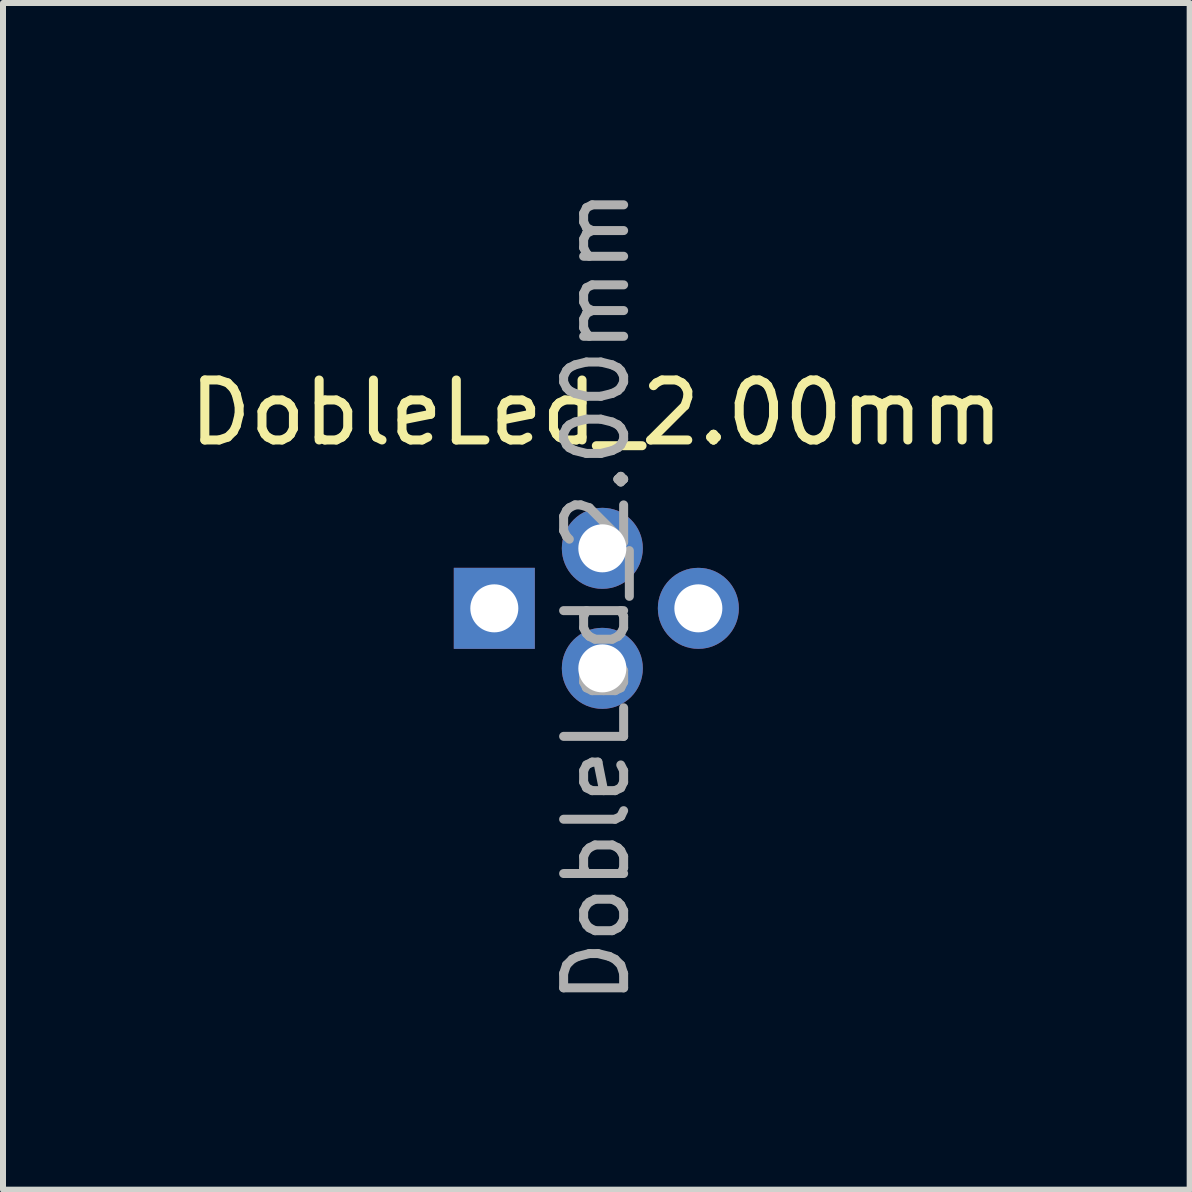
<source format=kicad_pcb>
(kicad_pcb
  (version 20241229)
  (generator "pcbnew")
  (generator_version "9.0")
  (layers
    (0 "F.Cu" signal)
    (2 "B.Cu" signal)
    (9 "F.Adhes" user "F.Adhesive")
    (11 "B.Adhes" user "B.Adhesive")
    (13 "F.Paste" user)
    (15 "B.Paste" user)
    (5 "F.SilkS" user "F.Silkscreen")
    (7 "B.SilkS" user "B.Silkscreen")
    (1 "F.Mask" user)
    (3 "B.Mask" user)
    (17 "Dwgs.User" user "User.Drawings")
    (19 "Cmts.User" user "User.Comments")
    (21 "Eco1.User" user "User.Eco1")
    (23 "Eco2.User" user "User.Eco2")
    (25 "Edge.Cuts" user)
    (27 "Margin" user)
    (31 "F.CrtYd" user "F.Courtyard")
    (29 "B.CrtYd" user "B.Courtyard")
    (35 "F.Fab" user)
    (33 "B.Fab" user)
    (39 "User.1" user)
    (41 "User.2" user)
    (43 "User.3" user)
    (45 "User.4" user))
  (footprint "DobleLed_2.00mm"
    (layer "F.Cu")
    (at 7.887 5.487)
    (property "Reference" "DobleLed_2.00mm" (at -1 -1.66 0) (layer "F.SilkS") (effects (font (size 1 1) (thickness 0.15))))
    (attr through_hole)
    (fp_text user "${REFERENCE}" (at -1 1.4 90) (layer "F.Fab") (effects (font (size 1 1) (thickness 0.15))))
    (pad "1" thru_hole rect (at -2.7 1.6) (size 1.35 1.35) (drill 0.8) (layers "*.Cu" "*.Mask"))
    (pad "2" thru_hole oval (at -0.9 0.6) (size 1.35 1.35) (drill 0.8) (layers "*.Cu" "*.Mask"))
    (pad "3" thru_hole oval (at -0.9 2.6) (size 1.35 1.35) (drill 0.8) (layers "*.Cu" "*.Mask"))
    (pad "4" thru_hole oval (at 0.7 1.6) (size 1.35 1.35) (drill 0.8) (layers "*.Cu" "*.Mask")))
  (gr_rect
    (start -3 -3)
    (end 16.774 16.774)
    (stroke (width 0.1) (type default))
    (fill no)
    (layer "Edge.Cuts")))
</source>
